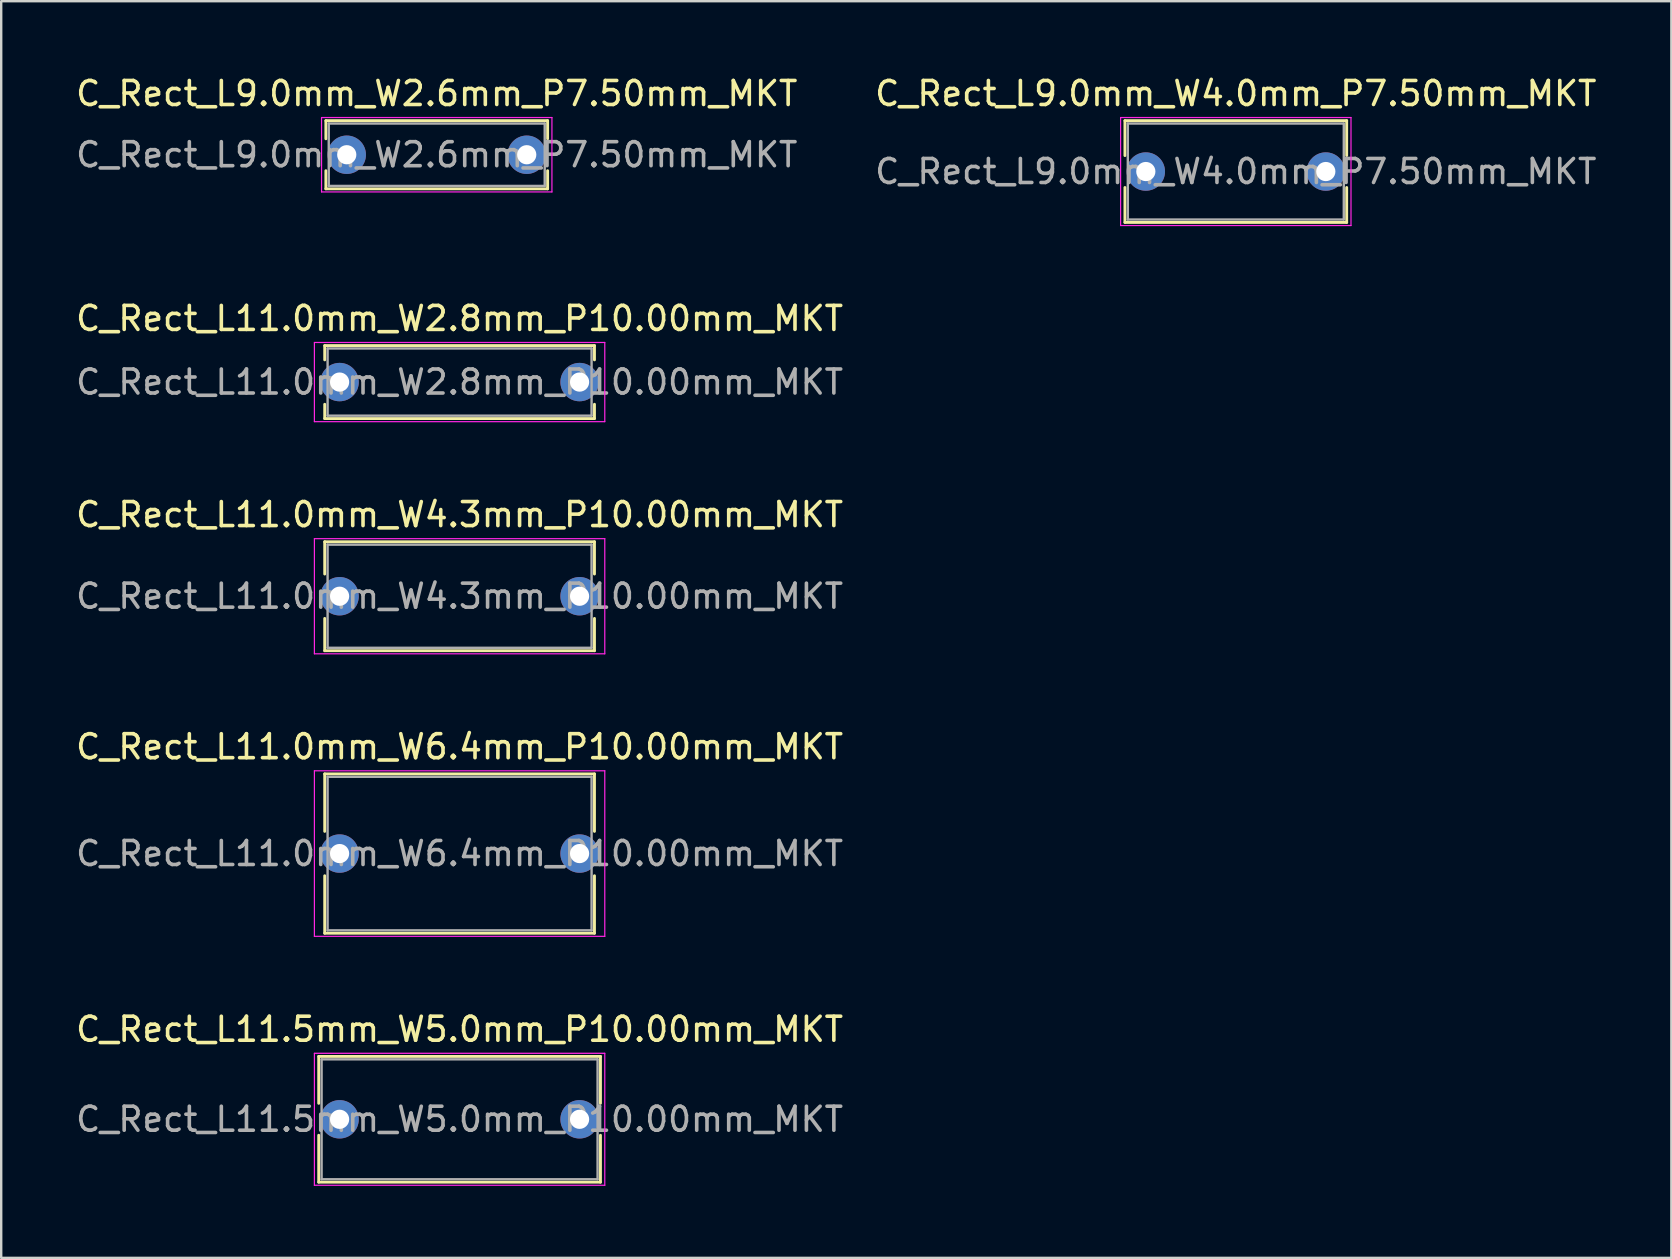
<source format=kicad_pcb>
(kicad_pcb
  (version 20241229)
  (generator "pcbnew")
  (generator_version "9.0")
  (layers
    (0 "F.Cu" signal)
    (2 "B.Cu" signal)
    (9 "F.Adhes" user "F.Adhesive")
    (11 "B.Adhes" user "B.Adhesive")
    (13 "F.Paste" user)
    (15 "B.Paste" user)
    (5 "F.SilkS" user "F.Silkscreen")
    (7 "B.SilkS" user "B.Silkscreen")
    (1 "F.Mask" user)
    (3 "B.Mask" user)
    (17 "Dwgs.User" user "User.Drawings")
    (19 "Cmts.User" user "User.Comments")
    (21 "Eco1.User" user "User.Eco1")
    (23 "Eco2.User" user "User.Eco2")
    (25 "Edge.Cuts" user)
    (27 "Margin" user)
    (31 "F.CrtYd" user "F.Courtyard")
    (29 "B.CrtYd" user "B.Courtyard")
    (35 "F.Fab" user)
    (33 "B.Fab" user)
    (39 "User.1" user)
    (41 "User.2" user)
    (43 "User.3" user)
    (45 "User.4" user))
  (footprint "C_Rect_L9.0mm_W4.0mm_P7.50mm_MKT"
    (layer "F.Cu")
    (at 44.696 4.098)
    (property "Reference" "C_Rect_L9.0mm_W4.0mm_P7.50mm_MKT" (at 3.75 -3.25 0) (layer "F.SilkS") (effects (font (size 1 1) (thickness 0.15))))
    (attr through_hole)
    (fp_line (start -0.87 -2.12) (end -0.87 -0.665) (stroke (width 0.12) (type solid)) (layer "F.SilkS"))
    (fp_line (start -0.87 -2.12) (end 8.37 -2.12) (stroke (width 0.12) (type solid)) (layer "F.SilkS"))
    (fp_line (start -0.87 0.665) (end -0.87 2.12) (stroke (width 0.12) (type solid)) (layer "F.SilkS"))
    (fp_line (start -0.87 2.12) (end 8.37 2.12) (stroke (width 0.12) (type solid)) (layer "F.SilkS"))
    (fp_line (start 8.37 -2.12) (end 8.37 -0.665) (stroke (width 0.12) (type solid)) (layer "F.SilkS"))
    (fp_line (start 8.37 0.665) (end 8.37 2.12) (stroke (width 0.12) (type solid)) (layer "F.SilkS"))
    (fp_line (start -1.05 -2.25) (end -1.05 2.25) (stroke (width 0.05) (type solid)) (layer "F.CrtYd"))
    (fp_line (start -1.05 2.25) (end 8.55 2.25) (stroke (width 0.05) (type solid)) (layer "F.CrtYd"))
    (fp_line (start 8.55 -2.25) (end -1.05 -2.25) (stroke (width 0.05) (type solid)) (layer "F.CrtYd"))
    (fp_line (start 8.55 2.25) (end 8.55 -2.25) (stroke (width 0.05) (type solid)) (layer "F.CrtYd"))
    (fp_line (start -0.75 -2) (end -0.75 2) (stroke (width 0.1) (type solid)) (layer "F.Fab"))
    (fp_line (start -0.75 2) (end 8.25 2) (stroke (width 0.1) (type solid)) (layer "F.Fab"))
    (fp_line (start 8.25 -2) (end -0.75 -2) (stroke (width 0.1) (type solid)) (layer "F.Fab"))
    (fp_line (start 8.25 2) (end 8.25 -2) (stroke (width 0.1) (type solid)) (layer "F.Fab"))
    (fp_text user "${REFERENCE}" (at 3.75 0 0) (layer "F.Fab") (effects (font (size 1 1) (thickness 0.15))))
    (pad "1" thru_hole circle (at 0 0) (size 1.6 1.6) (drill 0.8) (layers "*.Cu" "*.Mask"))
    (pad "2" thru_hole circle (at 7.5 0) (size 1.6 1.6) (drill 0.8) (layers "*.Cu" "*.Mask")))
  (footprint "C_Rect_L11.0mm_W4.3mm_P10.00mm_MKT"
    (layer "F.Cu")
    (at 11.101 21.795)
    (property "Reference" "C_Rect_L11.0mm_W4.3mm_P10.00mm_MKT" (at 5 -3.4 0) (layer "F.SilkS") (effects (font (size 1 1) (thickness 0.15))))
    (attr through_hole)
    (fp_line (start -0.62 -2.27) (end -0.62 -0.925) (stroke (width 0.12) (type solid)) (layer "F.SilkS"))
    (fp_line (start -0.62 -2.27) (end 10.62 -2.27) (stroke (width 0.12) (type solid)) (layer "F.SilkS"))
    (fp_line (start -0.62 0.925) (end -0.62 2.27) (stroke (width 0.12) (type solid)) (layer "F.SilkS"))
    (fp_line (start -0.62 2.27) (end 10.62 2.27) (stroke (width 0.12) (type solid)) (layer "F.SilkS"))
    (fp_line (start 10.62 -2.27) (end 10.62 -0.925) (stroke (width 0.12) (type solid)) (layer "F.SilkS"))
    (fp_line (start 10.62 0.925) (end 10.62 2.27) (stroke (width 0.12) (type solid)) (layer "F.SilkS"))
    (fp_line (start -1.05 -2.4) (end -1.05 2.4) (stroke (width 0.05) (type solid)) (layer "F.CrtYd"))
    (fp_line (start -1.05 2.4) (end 11.05 2.4) (stroke (width 0.05) (type solid)) (layer "F.CrtYd"))
    (fp_line (start 11.05 -2.4) (end -1.05 -2.4) (stroke (width 0.05) (type solid)) (layer "F.CrtYd"))
    (fp_line (start 11.05 2.4) (end 11.05 -2.4) (stroke (width 0.05) (type solid)) (layer "F.CrtYd"))
    (fp_line (start -0.5 -2.15) (end -0.5 2.15) (stroke (width 0.1) (type solid)) (layer "F.Fab"))
    (fp_line (start -0.5 2.15) (end 10.5 2.15) (stroke (width 0.1) (type solid)) (layer "F.Fab"))
    (fp_line (start 10.5 -2.15) (end -0.5 -2.15) (stroke (width 0.1) (type solid)) (layer "F.Fab"))
    (fp_line (start 10.5 2.15) (end 10.5 -2.15) (stroke (width 0.1) (type solid)) (layer "F.Fab"))
    (fp_text user "${REFERENCE}" (at 5 0 0) (layer "F.Fab") (effects (font (size 1 1) (thickness 0.15))))
    (pad "1" thru_hole circle (at 0 0) (size 1.6 1.6) (drill 0.8) (layers "*.Cu" "*.Mask"))
    (pad "2" thru_hole circle (at 10 0) (size 1.6 1.6) (drill 0.8) (layers "*.Cu" "*.Mask")))
  (footprint "C_Rect_L9.0mm_W2.6mm_P7.50mm_MKT"
    (layer "F.Cu")
    (at 11.399 3.398)
    (property "Reference" "C_Rect_L9.0mm_W2.6mm_P7.50mm_MKT" (at 3.75 -2.55 0) (layer "F.SilkS") (effects (font (size 1 1) (thickness 0.15))))
    (attr through_hole)
    (fp_line (start -0.87 -1.42) (end -0.87 -0.665) (stroke (width 0.12) (type solid)) (layer "F.SilkS"))
    (fp_line (start -0.87 -1.42) (end 8.37 -1.42) (stroke (width 0.12) (type solid)) (layer "F.SilkS"))
    (fp_line (start -0.87 0.665) (end -0.87 1.42) (stroke (width 0.12) (type solid)) (layer "F.SilkS"))
    (fp_line (start -0.87 1.42) (end 8.37 1.42) (stroke (width 0.12) (type solid)) (layer "F.SilkS"))
    (fp_line (start 8.37 -1.42) (end 8.37 -0.665) (stroke (width 0.12) (type solid)) (layer "F.SilkS"))
    (fp_line (start 8.37 0.665) (end 8.37 1.42) (stroke (width 0.12) (type solid)) (layer "F.SilkS"))
    (fp_line (start -1.05 -1.55) (end -1.05 1.55) (stroke (width 0.05) (type solid)) (layer "F.CrtYd"))
    (fp_line (start -1.05 1.55) (end 8.55 1.55) (stroke (width 0.05) (type solid)) (layer "F.CrtYd"))
    (fp_line (start 8.55 -1.55) (end -1.05 -1.55) (stroke (width 0.05) (type solid)) (layer "F.CrtYd"))
    (fp_line (start 8.55 1.55) (end 8.55 -1.55) (stroke (width 0.05) (type solid)) (layer "F.CrtYd"))
    (fp_line (start -0.75 -1.3) (end -0.75 1.3) (stroke (width 0.1) (type solid)) (layer "F.Fab"))
    (fp_line (start -0.75 1.3) (end 8.25 1.3) (stroke (width 0.1) (type solid)) (layer "F.Fab"))
    (fp_line (start 8.25 -1.3) (end -0.75 -1.3) (stroke (width 0.1) (type solid)) (layer "F.Fab"))
    (fp_line (start 8.25 1.3) (end 8.25 -1.3) (stroke (width 0.1) (type solid)) (layer "F.Fab"))
    (fp_text user "${REFERENCE}" (at 3.75 0 0) (layer "F.Fab") (effects (font (size 1 1) (thickness 0.15))))
    (pad "1" thru_hole circle (at 0 0) (size 1.6 1.6) (drill 0.8) (layers "*.Cu" "*.Mask"))
    (pad "2" thru_hole circle (at 7.5 0) (size 1.6 1.6) (drill 0.8) (layers "*.Cu" "*.Mask")))
  (footprint "C_Rect_L11.5mm_W5.0mm_P10.00mm_MKT"
    (layer "F.Cu")
    (at 11.101 43.591)
    (property "Reference" "C_Rect_L11.5mm_W5.0mm_P10.00mm_MKT" (at 5 -3.75 0) (layer "F.SilkS") (effects (font (size 1 1) (thickness 0.15))))
    (attr through_hole)
    (fp_line (start -0.87 -2.62) (end -0.87 -0.665) (stroke (width 0.12) (type solid)) (layer "F.SilkS"))
    (fp_line (start -0.87 -2.62) (end 10.87 -2.62) (stroke (width 0.12) (type solid)) (layer "F.SilkS"))
    (fp_line (start -0.87 0.665) (end -0.87 2.62) (stroke (width 0.12) (type solid)) (layer "F.SilkS"))
    (fp_line (start -0.87 2.62) (end 10.87 2.62) (stroke (width 0.12) (type solid)) (layer "F.SilkS"))
    (fp_line (start 10.87 -2.62) (end 10.87 -0.665) (stroke (width 0.12) (type solid)) (layer "F.SilkS"))
    (fp_line (start 10.87 0.665) (end 10.87 2.62) (stroke (width 0.12) (type solid)) (layer "F.SilkS"))
    (fp_line (start -1.05 -2.75) (end -1.05 2.75) (stroke (width 0.05) (type solid)) (layer "F.CrtYd"))
    (fp_line (start -1.05 2.75) (end 11.05 2.75) (stroke (width 0.05) (type solid)) (layer "F.CrtYd"))
    (fp_line (start 11.05 -2.75) (end -1.05 -2.75) (stroke (width 0.05) (type solid)) (layer "F.CrtYd"))
    (fp_line (start 11.05 2.75) (end 11.05 -2.75) (stroke (width 0.05) (type solid)) (layer "F.CrtYd"))
    (fp_line (start -0.75 -2.5) (end -0.75 2.5) (stroke (width 0.1) (type solid)) (layer "F.Fab"))
    (fp_line (start -0.75 2.5) (end 10.75 2.5) (stroke (width 0.1) (type solid)) (layer "F.Fab"))
    (fp_line (start 10.75 -2.5) (end -0.75 -2.5) (stroke (width 0.1) (type solid)) (layer "F.Fab"))
    (fp_line (start 10.75 2.5) (end 10.75 -2.5) (stroke (width 0.1) (type solid)) (layer "F.Fab"))
    (fp_text user "${REFERENCE}" (at 5 0 0) (layer "F.Fab") (effects (font (size 1 1) (thickness 0.15))))
    (pad "1" thru_hole circle (at 0 0) (size 1.6 1.6) (drill 0.8) (layers "*.Cu" "*.Mask"))
    (pad "2" thru_hole circle (at 10 0) (size 1.6 1.6) (drill 0.8) (layers "*.Cu" "*.Mask")))
  (footprint "C_Rect_L11.0mm_W2.8mm_P10.00mm_MKT"
    (layer "F.Cu")
    (at 11.101 12.871)
    (property "Reference" "C_Rect_L11.0mm_W2.8mm_P10.00mm_MKT" (at 5 -2.65 0) (layer "F.SilkS") (effects (font (size 1 1) (thickness 0.15))))
    (attr through_hole)
    (fp_line (start -0.62 -1.52) (end -0.62 -0.925) (stroke (width 0.12) (type solid)) (layer "F.SilkS"))
    (fp_line (start -0.62 -1.52) (end 10.62 -1.52) (stroke (width 0.12) (type solid)) (layer "F.SilkS"))
    (fp_line (start -0.62 0.925) (end -0.62 1.52) (stroke (width 0.12) (type solid)) (layer "F.SilkS"))
    (fp_line (start -0.62 1.52) (end 10.62 1.52) (stroke (width 0.12) (type solid)) (layer "F.SilkS"))
    (fp_line (start 10.62 -1.52) (end 10.62 -0.925) (stroke (width 0.12) (type solid)) (layer "F.SilkS"))
    (fp_line (start 10.62 0.925) (end 10.62 1.52) (stroke (width 0.12) (type solid)) (layer "F.SilkS"))
    (fp_line (start -1.05 -1.65) (end -1.05 1.65) (stroke (width 0.05) (type solid)) (layer "F.CrtYd"))
    (fp_line (start -1.05 1.65) (end 11.05 1.65) (stroke (width 0.05) (type solid)) (layer "F.CrtYd"))
    (fp_line (start 11.05 -1.65) (end -1.05 -1.65) (stroke (width 0.05) (type solid)) (layer "F.CrtYd"))
    (fp_line (start 11.05 1.65) (end 11.05 -1.65) (stroke (width 0.05) (type solid)) (layer "F.CrtYd"))
    (fp_line (start -0.5 -1.4) (end -0.5 1.4) (stroke (width 0.1) (type solid)) (layer "F.Fab"))
    (fp_line (start -0.5 1.4) (end 10.5 1.4) (stroke (width 0.1) (type solid)) (layer "F.Fab"))
    (fp_line (start 10.5 -1.4) (end -0.5 -1.4) (stroke (width 0.1) (type solid)) (layer "F.Fab"))
    (fp_line (start 10.5 1.4) (end 10.5 -1.4) (stroke (width 0.1) (type solid)) (layer "F.Fab"))
    (fp_text user "${REFERENCE}" (at 5 0 0) (layer "F.Fab") (effects (font (size 1 1) (thickness 0.15))))
    (pad "1" thru_hole circle (at 0 0) (size 1.6 1.6) (drill 0.8) (layers "*.Cu" "*.Mask"))
    (pad "2" thru_hole circle (at 10 0) (size 1.6 1.6) (drill 0.8) (layers "*.Cu" "*.Mask")))
  (footprint "C_Rect_L11.0mm_W6.4mm_P10.00mm_MKT"
    (layer "F.Cu")
    (at 11.101 32.518)
    (property "Reference" "C_Rect_L11.0mm_W6.4mm_P10.00mm_MKT" (at 5 -4.45 0) (layer "F.SilkS") (effects (font (size 1 1) (thickness 0.15))))
    (attr through_hole)
    (fp_line (start -0.62 -3.32) (end -0.62 -0.925) (stroke (width 0.12) (type solid)) (layer "F.SilkS"))
    (fp_line (start -0.62 -3.32) (end 10.62 -3.32) (stroke (width 0.12) (type solid)) (layer "F.SilkS"))
    (fp_line (start -0.62 0.925) (end -0.62 3.32) (stroke (width 0.12) (type solid)) (layer "F.SilkS"))
    (fp_line (start -0.62 3.32) (end 10.62 3.32) (stroke (width 0.12) (type solid)) (layer "F.SilkS"))
    (fp_line (start 10.62 -3.32) (end 10.62 -0.925) (stroke (width 0.12) (type solid)) (layer "F.SilkS"))
    (fp_line (start 10.62 0.925) (end 10.62 3.32) (stroke (width 0.12) (type solid)) (layer "F.SilkS"))
    (fp_line (start -1.05 -3.45) (end -1.05 3.45) (stroke (width 0.05) (type solid)) (layer "F.CrtYd"))
    (fp_line (start -1.05 3.45) (end 11.05 3.45) (stroke (width 0.05) (type solid)) (layer "F.CrtYd"))
    (fp_line (start 11.05 -3.45) (end -1.05 -3.45) (stroke (width 0.05) (type solid)) (layer "F.CrtYd"))
    (fp_line (start 11.05 3.45) (end 11.05 -3.45) (stroke (width 0.05) (type solid)) (layer "F.CrtYd"))
    (fp_line (start -0.5 -3.2) (end -0.5 3.2) (stroke (width 0.1) (type solid)) (layer "F.Fab"))
    (fp_line (start -0.5 3.2) (end 10.5 3.2) (stroke (width 0.1) (type solid)) (layer "F.Fab"))
    (fp_line (start 10.5 -3.2) (end -0.5 -3.2) (stroke (width 0.1) (type solid)) (layer "F.Fab"))
    (fp_line (start 10.5 3.2) (end 10.5 -3.2) (stroke (width 0.1) (type solid)) (layer "F.Fab"))
    (fp_text user "${REFERENCE}" (at 5 0 0) (layer "F.Fab") (effects (font (size 1 1) (thickness 0.15))))
    (pad "1" thru_hole circle (at 0 0) (size 1.6 1.6) (drill 0.8) (layers "*.Cu" "*.Mask"))
    (pad "2" thru_hole circle (at 10 0) (size 1.6 1.6) (drill 0.8) (layers "*.Cu" "*.Mask")))
  (gr_rect
    (start -3 -3)
    (end 66.595 49.366)
    (stroke (width 0.1) (type default))
    (fill no)
    (layer "Edge.Cuts")))
</source>
